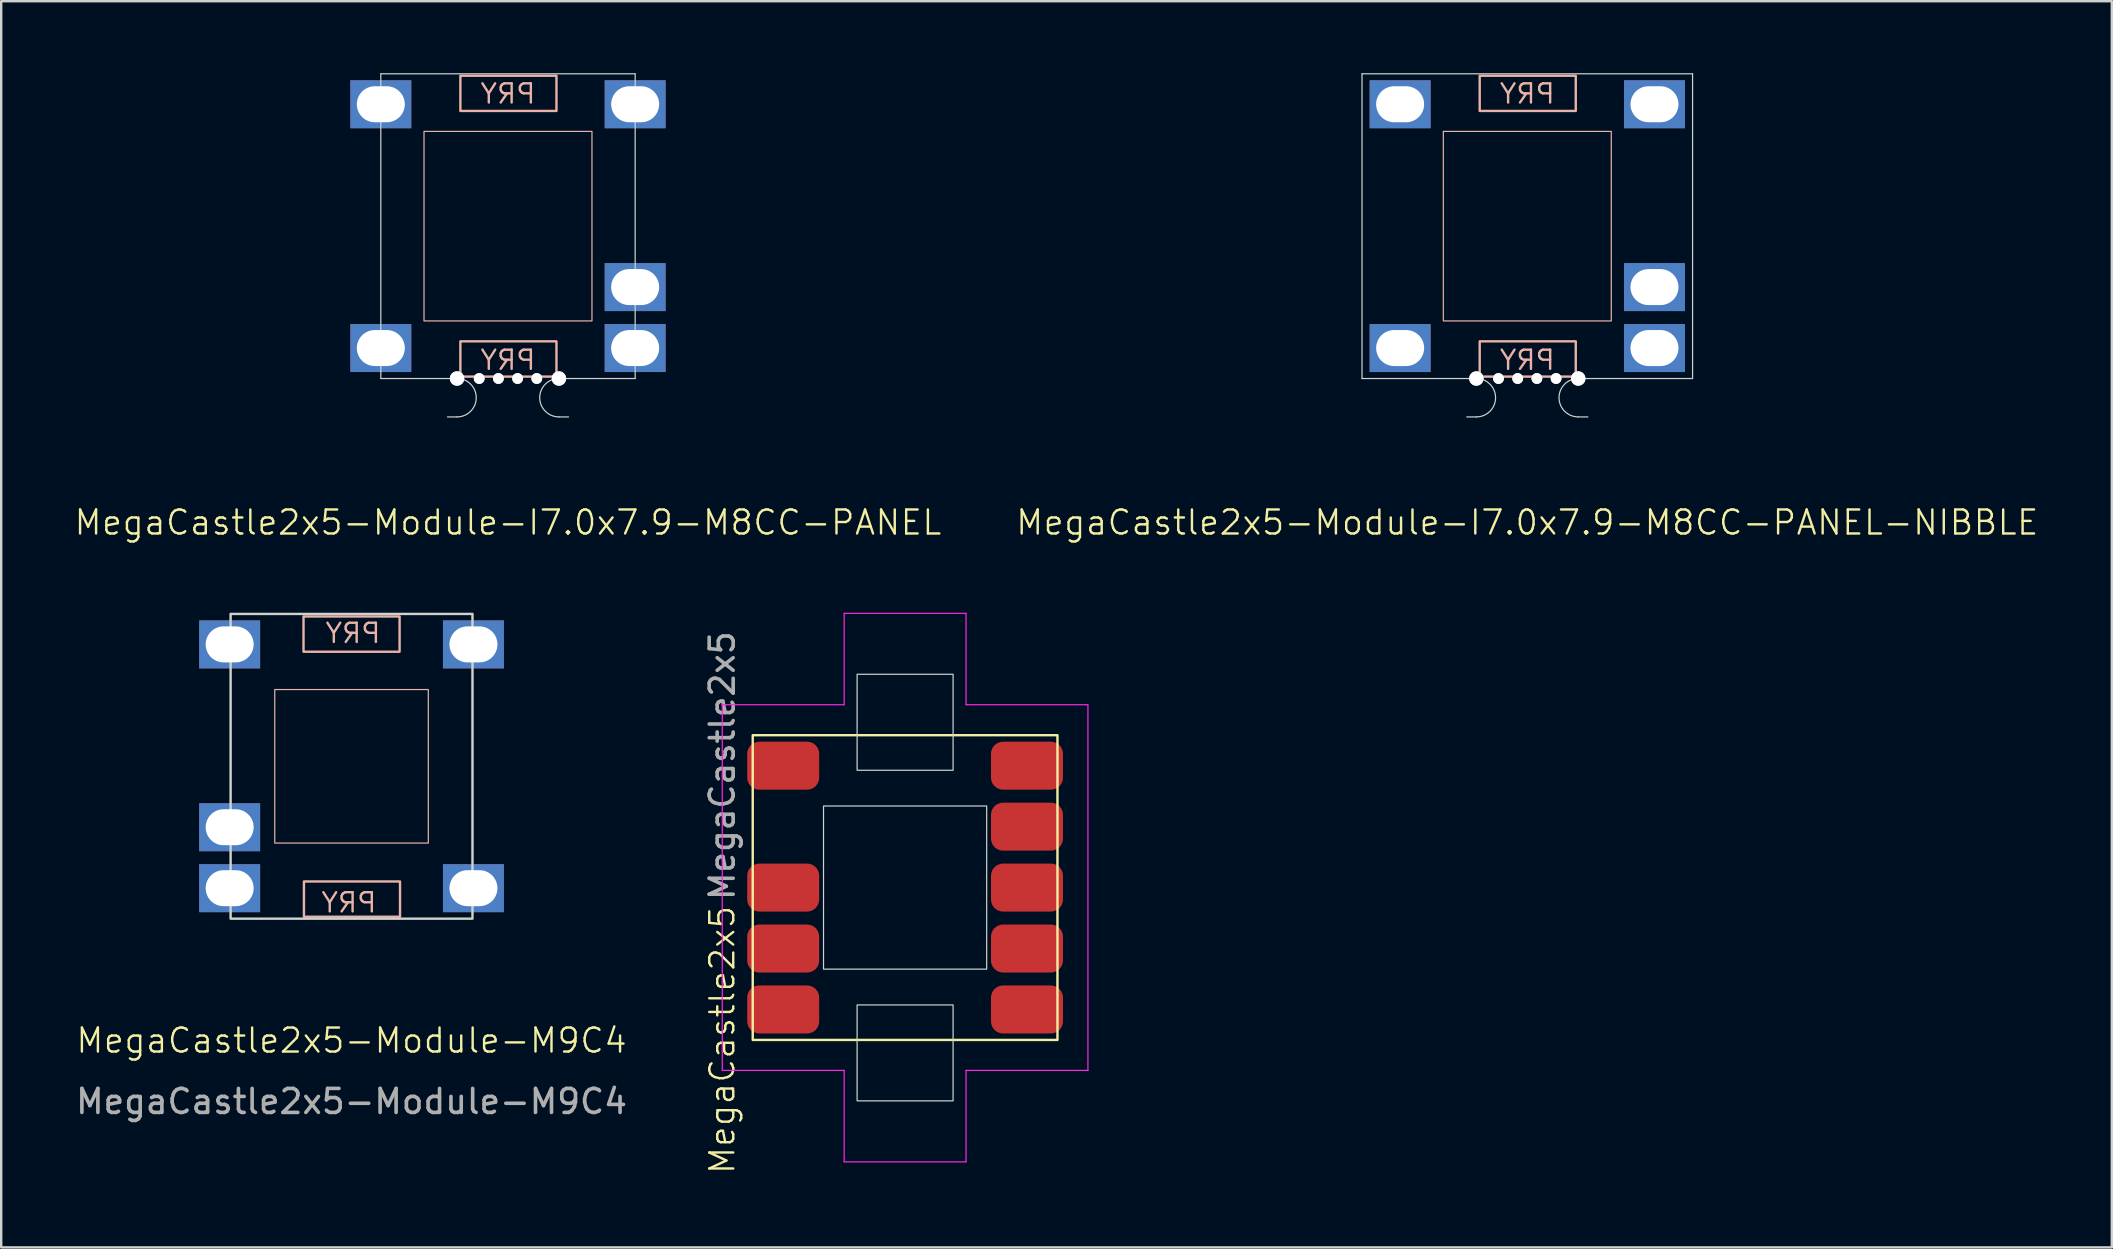
<source format=kicad_pcb>
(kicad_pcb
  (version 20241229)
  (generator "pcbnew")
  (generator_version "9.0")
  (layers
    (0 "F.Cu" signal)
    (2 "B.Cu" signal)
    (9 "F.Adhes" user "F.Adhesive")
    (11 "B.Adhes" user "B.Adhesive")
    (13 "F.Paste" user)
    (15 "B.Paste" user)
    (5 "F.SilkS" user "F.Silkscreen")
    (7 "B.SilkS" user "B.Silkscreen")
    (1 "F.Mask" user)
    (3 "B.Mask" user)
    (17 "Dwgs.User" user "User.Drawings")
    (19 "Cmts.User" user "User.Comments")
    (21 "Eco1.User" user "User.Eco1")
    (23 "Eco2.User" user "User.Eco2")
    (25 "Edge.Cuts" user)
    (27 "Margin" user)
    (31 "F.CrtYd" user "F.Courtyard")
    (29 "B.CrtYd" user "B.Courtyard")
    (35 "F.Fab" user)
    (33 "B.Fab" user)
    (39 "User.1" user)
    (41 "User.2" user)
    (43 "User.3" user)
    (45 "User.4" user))
  (footprint "MegaCastle2x5-Module-I7.0x7.9-M8CC-PANEL"
    (layer "F.Cu")
    (at 18.121 6.375)
    (property "Reference" "MegaCastle2x5-Module-I7.0x7.9-M8CC-PANEL" (at 0 12.35 0) (unlocked yes) (layer "F.SilkS") (effects (font (size 1 1) (thickness 0.1))))
    (attr smd)
    (fp_rect (start -3.5 3.95) (end 3.5 -3.95) (stroke (width 0.05) (type default)) (fill no) (layer "B.SilkS"))
    (fp_rect (start -1.984 -4.801) (end 2.02 -6.27) (stroke (width 0.1) (type default)) (fill no) (layer "B.SilkS"))
    (fp_rect (start -1.984 4.801) (end 2.02 6.27) (stroke (width 0.1) (type default)) (fill no) (layer "B.SilkS"))
    (fp_line (start -5.3 -6.35) (end -5.3 6.35) (stroke (width 0.05) (type default)) (layer "Edge.Cuts"))
    (fp_line (start -5.3 -6.35) (end 5.3 -6.35) (stroke (width 0.05) (type default)) (layer "Edge.Cuts"))
    (fp_line (start -5.3 6.35) (end -2.522 6.35) (stroke (width 0.05) (type default)) (layer "Edge.Cuts"))
    (fp_line (start -2.522 6.35) (end -2.123 6.35) (stroke (width 0.05) (type default)) (layer "Edge.Cuts"))
    (fp_line (start -2.522 7.95) (end -2.123 7.95) (stroke (width 0.05) (type default)) (layer "Edge.Cuts"))
    (fp_line (start 2.522 6.35) (end 2.123 6.35) (stroke (width 0.05) (type default)) (layer "Edge.Cuts"))
    (fp_line (start 2.522 6.35) (end 5.3 6.35) (stroke (width 0.05) (type default)) (layer "Edge.Cuts"))
    (fp_line (start 2.522 7.95) (end 2.123 7.95) (stroke (width 0.05) (type default)) (layer "Edge.Cuts"))
    (fp_line (start 5.3 -6.35) (end 5.3 6.35) (stroke (width 0.05) (type default)) (layer "Edge.Cuts"))
    (fp_arc (start -2.1225 6.35) (mid -1.3225 7.15) (end -2.1225 7.95) (stroke (width 0.05) (type default)) (layer "Edge.Cuts"))
    (fp_arc (start 2.1225 7.95) (mid 1.3225 7.15) (end 2.1225 6.35) (stroke (width 0.05) (type default)) (layer "Edge.Cuts"))
    (fp_text user "PRY" (at 0 6.05 0) (unlocked yes) (layer "B.SilkS") (effects (font (size 0.8 0.8) (thickness 0.1)) (justify bottom mirror)))
    (fp_text user "PRY" (at 0 -5.05 0) (unlocked yes) (layer "B.SilkS") (effects (font (size 0.8 0.8) (thickness 0.1)) (justify bottom mirror)))
    (pad "" np_thru_hole circle (at -2.123 6.35) (size 0.6 0.6) (drill 0.6) (layers "*.Cu" "Edge.Cuts"))
    (pad "" np_thru_hole circle (at -1.2 6.35) (size 0.45 0.45) (drill 0.45) (layers "*.Cu" "Edge.Cuts"))
    (pad "" np_thru_hole circle (at -0.4 6.35) (size 0.45 0.45) (drill 0.45) (layers "*.Cu" "Edge.Cuts"))
    (pad "" np_thru_hole circle (at 0.4 6.35) (size 0.45 0.45) (drill 0.45) (layers "*.Cu" "Edge.Cuts"))
    (pad "" np_thru_hole circle (at 1.2 6.35) (size 0.45 0.45) (drill 0.45) (layers "*.Cu" "Edge.Cuts"))
    (pad "" np_thru_hole circle (at 2.123 6.35) (size 0.6 0.6) (drill 0.6) (layers "*.Cu" "Edge.Cuts"))
    (pad "1" thru_hole rect (at -5.3 -5.08) (size 2.54 2) (drill oval 2 1.5) (property pad_prop_castellated) (layers "*.Cu" "*.Mask"))
    (pad "5" thru_hole rect (at -5.3 5.08) (size 2.54 2) (drill oval 2 1.5) (property pad_prop_castellated) (layers "*.Cu" "*.Mask"))
    (pad "6" thru_hole rect (at 5.3 -5.08) (size 2.54 2) (drill oval 2 1.5) (property pad_prop_castellated) (layers "*.Cu" "*.Mask"))
    (pad "9" thru_hole rect (at 5.3 2.54) (size 2.54 2) (drill oval 2 1.5) (property pad_prop_castellated) (layers "*.Cu" "*.Mask"))
    (pad "10" thru_hole rect (at 5.3 5.08) (size 2.54 2) (drill oval 2 1.5) (property pad_prop_castellated) (layers "*.Cu" "*.Mask"))
    (zone (net_name "") (layer "B.Cu") (hatch edge 0.5) (connect_pads) (min_thickness 0.25) (filled_areas_thickness no) (keepout (tracks allowed) (vias allowed) (pads allowed) (copperpour allowed) (footprints not_allowed)) (placement (enabled no)) (fill) (polygon (pts (xy 12.821 12.725) (xy 12.821 0.025) (xy 14.621 0.025) (xy 14.621 12.725))))
    (zone (net_name "") (layer "B.Cu") (hatch edge 0.5) (connect_pads) (min_thickness 0.25) (filled_areas_thickness no) (keepout (tracks allowed) (vias allowed) (pads allowed) (copperpour allowed) (footprints not_allowed)) (placement (enabled no)) (fill) (polygon (pts (xy 14.621 0.025) (xy 14.621 2.425) (xy 21.621 2.425) (xy 21.621 0.025))))
    (zone (net_name "") (layer "B.Cu") (hatch edge 0.5) (connect_pads) (min_thickness 0.25) (filled_areas_thickness no) (keepout (tracks allowed) (vias allowed) (pads allowed) (copperpour allowed) (footprints not_allowed)) (placement (enabled no)) (fill) (polygon (pts (xy 14.621 12.725) (xy 14.621 10.325) (xy 21.621 10.325) (xy 21.621 12.725))))
    (zone (net_name "") (layer "B.Cu") (name "Upper Pry Zone") (hatch edge 0.5) (connect_pads) (min_thickness 0.25) (filled_areas_thickness no) (keepout (tracks not_allowed) (vias not_allowed) (pads not_allowed) (copperpour allowed) (footprints not_allowed)) (placement (enabled no)) (fill) (polygon (pts (xy 16.137 1.574) (xy 16.137 0.105) (xy 20.141 0.105) (xy 20.141 1.574))))
    (zone (net_name "") (layer "B.Cu") (name "Upper Pry Zone") (hatch edge 0.5) (connect_pads) (min_thickness 0.25) (filled_areas_thickness no) (keepout (tracks not_allowed) (vias not_allowed) (pads not_allowed) (copperpour allowed) (footprints not_allowed)) (placement (enabled no)) (fill) (polygon (pts (xy 16.137 11.176) (xy 16.137 12.645) (xy 20.141 12.645) (xy 20.141 11.176))))
    (zone (net_name "") (layer "B.Cu") (hatch edge 0.5) (connect_pads) (min_thickness 0.25) (filled_areas_thickness no) (keepout (tracks allowed) (vias allowed) (pads allowed) (copperpour allowed) (footprints not_allowed)) (placement (enabled no)) (fill) (polygon (pts (xy 23.421 12.725) (xy 23.421 0.025) (xy 21.621 0.025) (xy 21.621 12.725)))))
  (footprint "MegaCastle2x5-Module-M9C4"
    (layer "F.Cu")
    (at 11.601 28.886)
    (property "Reference" "MegaCastle2x5-Module-M9C4" (at 0 11.43 0) (unlocked yes) (layer "F.SilkS") (effects (font (size 1 1) (thickness 0.1))))
    (attr smd)
    (fp_rect (start -3.2 3.2) (end 3.2 -3.2) (stroke (width 0.05) (type default)) (fill no) (layer "B.SilkS"))
    (fp_rect (start -2.002 -6.244) (end 2.002 -4.775) (stroke (width 0.1) (type default)) (fill no) (layer "B.SilkS"))
    (fp_rect (start -1.984 4.8) (end 2.02 6.269) (stroke (width 0.1) (type default)) (fill no) (layer "B.SilkS"))
    (fp_rect (start -5.04 -6.35) (end 5.04 6.35) (stroke (width 0.1) (type default)) (fill no) (layer "Edge.Cuts"))
    (fp_text user "PRY" (at 1.1 6.15 0) (unlocked yes) (layer "B.SilkS") (effects (font (size 0.8 0.8) (thickness 0.1)) (justify left bottom mirror)))
    (fp_text user "PRY" (at 1.27 -5.08 0) (unlocked yes) (layer "B.SilkS") (effects (font (size 0.8 0.8) (thickness 0.1)) (justify left bottom mirror)))
    (fp_text user "${REFERENCE}" (at 0 13.97 0) (unlocked yes) (layer "F.Fab") (effects (font (size 1 1) (thickness 0.15))))
    (pad "1" thru_hole rect (at -5.08 -5.08) (size 2.54 2) (drill oval 2 1.5) (property pad_prop_castellated) (layers "*.Cu" "*.Mask"))
    (pad "4" thru_hole rect (at -5.08 2.54) (size 2.54 2) (drill oval 2 1.5) (property pad_prop_castellated) (layers "*.Cu" "*.Mask"))
    (pad "5" thru_hole rect (at -5.08 5.08) (size 2.54 2) (drill oval 2 1.5) (property pad_prop_castellated) (layers "*.Cu" "*.Mask"))
    (pad "6" thru_hole rect (at 5.08 -5.08) (size 2.54 2) (drill oval 2 1.5) (property pad_prop_castellated) (layers "*.Cu" "*.Mask"))
    (pad "10" thru_hole rect (at 5.08 5.08) (size 2.54 2) (drill oval 2 1.5) (property pad_prop_castellated) (layers "*.Cu" "*.Mask"))
    (zone (net_name "") (layer "B.Cu") (hatch edge 0.5) (connect_pads) (min_thickness 0.25) (filled_areas_thickness no) (keepout (tracks allowed) (vias allowed) (pads allowed) (copperpour allowed) (footprints not_allowed)) (placement (enabled no)) (fill) (polygon (pts (xy 6.474 32.341) (xy 6.484 25.479) (xy 8.219 25.479) (xy 8.205 32.341))))
    (zone (net_name "") (layer "B.Cu") (name "Upper Pry Zone") (hatch edge 0.5) (connect_pads) (min_thickness 0.25) (filled_areas_thickness no) (keepout (tracks not_allowed) (vias not_allowed) (pads not_allowed) (copperpour allowed) (footprints not_allowed)) (placement (enabled no)) (fill) (polygon (pts (xy 9.603 23.994) (xy 9.6 22.53) (xy 13.606 22.536) (xy 13.593 23.997))))
    (zone (net_name "") (layer "B.Cu") (name "Lower Pry Zone") (hatch edge 0.5) (connect_pads) (min_thickness 0.25) (filled_areas_thickness no) (keepout (tracks not_allowed) (vias not_allowed) (pads not_allowed) (copperpour allowed) (footprints not_allowed)) (placement (enabled no)) (fill) (polygon (pts (xy 9.629 35.232) (xy 9.625 33.768) (xy 13.631 33.774) (xy 13.619 35.235))))
    (zone (net_name "") (layer "B.Cu") (hatch edge 0.5) (connect_pads) (min_thickness 0.25) (filled_areas_thickness no) (keepout (tracks allowed) (vias allowed) (pads allowed) (copperpour allowed) (footprints not_allowed)) (placement (enabled no)) (fill) (polygon (pts (xy 16.711 32.3) (xy 16.743 25.501) (xy 15.017 25.488) (xy 15.007 32.31))))
    (zone (net_name "") (layer "B.Cu") (hatch edge 0.5) (connect_pads) (min_thickness 0.25) (filled_areas_thickness no) (keepout (tracks allowed) (vias allowed) (pads allowed) (copperpour allowed) (footprints not_allowed)) (placement (enabled no)) (fill) (polygon (pts (xy 6.521 22.535) (xy 6.509 25.486) (xy 16.707 25.506) (xy 16.681 22.535) (xy 13.606 22.536) (xy 13.593 23.997) (xy 9.603 23.994) (xy 9.6 22.53))))
    (zone (net_name "") (layer "B.Cu") (hatch edge 0.5) (connect_pads) (min_thickness 0.25) (filled_areas_thickness no) (keepout (tracks allowed) (vias allowed) (pads allowed) (copperpour allowed) (footprints not_allowed)) (placement (enabled no)) (fill) (polygon (pts (xy 6.53 35.192) (xy 6.518 32.242) (xy 16.716 32.221) (xy 16.69 35.192) (xy 13.615 35.191) (xy 13.602 33.731) (xy 9.612 33.734) (xy 9.608 35.197)))))
  (footprint "MegaCastle2x5"
    (layer "F.Cu")
    (at 34.671 33.941)
    (property "Reference" "MegaCastle2x5" (at -7.62 6.35 90) (unlocked yes) (layer "F.SilkS") (effects (font (size 1 1) (thickness 0.1))))
    (attr smd)
    (fp_rect (start -6.35 -6.35) (end 6.35 6.35) (stroke (width 0.1) (type default)) (fill no) (layer "F.SilkS"))
    (fp_rect (start -3.4 3.4) (end 3.4 -3.4) (stroke (width 0.05) (type default)) (fill no) (layer "Edge.Cuts"))
    (fp_rect (start -2 -8.89) (end 2 -4.89) (stroke (width 0.05) (type default)) (fill no) (layer "Edge.Cuts"))
    (fp_rect (start -2 8.89) (end 2 4.89) (stroke (width 0.05) (type default)) (fill no) (layer "Edge.Cuts"))
    (fp_line (start -7.62 -7.62) (end -7.62 7.62) (stroke (width 0.05) (type default)) (layer "F.CrtYd"))
    (fp_line (start -7.62 7.62) (end -2.54 7.62) (stroke (width 0.05) (type default)) (layer "F.CrtYd"))
    (fp_line (start -2.54 -11.43) (end -2.54 -7.62) (stroke (width 0.05) (type default)) (layer "F.CrtYd"))
    (fp_line (start -2.54 -7.62) (end -7.62 -7.62) (stroke (width 0.05) (type default)) (layer "F.CrtYd"))
    (fp_line (start -2.54 7.62) (end -2.54 11.43) (stroke (width 0.05) (type default)) (layer "F.CrtYd"))
    (fp_line (start -2.54 11.43) (end 2.54 11.43) (stroke (width 0.05) (type default)) (layer "F.CrtYd"))
    (fp_line (start 2.54 -11.43) (end -2.54 -11.43) (stroke (width 0.05) (type default)) (layer "F.CrtYd"))
    (fp_line (start 2.54 -7.62) (end 2.54 -11.43) (stroke (width 0.05) (type default)) (layer "F.CrtYd"))
    (fp_line (start 2.54 7.62) (end 7.62 7.62) (stroke (width 0.05) (type default)) (layer "F.CrtYd"))
    (fp_line (start 2.54 11.43) (end 2.54 7.62) (stroke (width 0.05) (type default)) (layer "F.CrtYd"))
    (fp_line (start 7.62 -7.62) (end 2.54 -7.62) (stroke (width 0.05) (type default)) (layer "F.CrtYd"))
    (fp_line (start 7.62 7.62) (end 7.62 -7.62) (stroke (width 0.05) (type default)) (layer "F.CrtYd"))
    (fp_text user "${REFERENCE}" (at -7.62 -5.08 90) (unlocked yes) (layer "F.Fab") (effects (font (size 1 1) (thickness 0.15))))
    (pad "1" smd roundrect (at -5.08 -5.08) (size 3 2) (layers "F.Cu" "F.Mask" "F.Paste") (roundrect_rratio 0.25))
    (pad "3" smd roundrect (at -5.08 0) (size 3 2) (layers "F.Cu" "F.Mask" "F.Paste") (roundrect_rratio 0.25))
    (pad "4" smd roundrect (at -5.08 2.54) (size 3 2) (layers "F.Cu" "F.Mask" "F.Paste") (roundrect_rratio 0.25))
    (pad "5" smd roundrect (at -5.08 5.08) (size 3 2) (layers "F.Cu" "F.Mask" "F.Paste") (roundrect_rratio 0.25))
    (pad "6" smd roundrect (at 5.08 -5.08) (size 3 2) (layers "F.Cu" "F.Mask" "F.Paste") (roundrect_rratio 0.25))
    (pad "7" smd roundrect (at 5.08 -2.54) (size 3 2) (layers "F.Cu" "F.Mask" "F.Paste") (roundrect_rratio 0.25))
    (pad "8" smd roundrect (at 5.08 0) (size 3 2) (layers "F.Cu" "F.Mask" "F.Paste") (roundrect_rratio 0.25))
    (pad "9" smd roundrect (at 5.08 2.54) (size 3 2) (layers "F.Cu" "F.Mask" "F.Paste") (roundrect_rratio 0.25))
    (pad "10" smd roundrect (at 5.08 5.08) (size 3 2) (layers "F.Cu" "F.Mask" "F.Paste") (roundrect_rratio 0.25)))
  (footprint "MegaCastle2x5-Module-I7.0x7.9-M8CC-PANEL-NIBBLE"
    (layer "F.Cu")
    (at 60.602 6.375)
    (property "Reference" "MegaCastle2x5-Module-I7.0x7.9-M8CC-PANEL-NIBBLE" (at 0 12.35 0) (unlocked yes) (layer "F.SilkS") (effects (font (size 1 1) (thickness 0.1))))
    (attr smd)
    (fp_rect (start -3.5 3.95) (end 3.5 -3.95) (stroke (width 0.05) (type default)) (fill no) (layer "B.SilkS"))
    (fp_rect (start -1.984 -4.801) (end 2.02 -6.27) (stroke (width 0.1) (type default)) (fill no) (layer "B.SilkS"))
    (fp_rect (start -1.984 4.801) (end 2.02 6.27) (stroke (width 0.1) (type default)) (fill no) (layer "B.SilkS"))
    (fp_line (start -6.888 -6.35) (end -6.888 6.35) (stroke (width 0.05) (type default)) (layer "Edge.Cuts"))
    (fp_line (start -6.888 -6.35) (end 6.888 -6.35) (stroke (width 0.05) (type default)) (layer "Edge.Cuts"))
    (fp_line (start -6.888 6.35) (end -2.522 6.35) (stroke (width 0.05) (type default)) (layer "Edge.Cuts"))
    (fp_line (start -2.522 6.35) (end -2.123 6.35) (stroke (width 0.05) (type default)) (layer "Edge.Cuts"))
    (fp_line (start -2.522 7.95) (end -2.123 7.95) (stroke (width 0.05) (type default)) (layer "Edge.Cuts"))
    (fp_line (start 2.522 6.35) (end 2.123 6.35) (stroke (width 0.05) (type default)) (layer "Edge.Cuts"))
    (fp_line (start 2.522 6.35) (end 6.888 6.35) (stroke (width 0.05) (type default)) (layer "Edge.Cuts"))
    (fp_line (start 2.522 7.95) (end 2.123 7.95) (stroke (width 0.05) (type default)) (layer "Edge.Cuts"))
    (fp_line (start 6.888 -6.35) (end 6.888 6.35) (stroke (width 0.05) (type default)) (layer "Edge.Cuts"))
    (fp_arc (start -2.1225 6.35) (mid -1.3225 7.15) (end -2.1225 7.95) (stroke (width 0.05) (type default)) (layer "Edge.Cuts"))
    (fp_arc (start 2.1225 7.95) (mid 1.3225 7.15) (end 2.1225 6.35) (stroke (width 0.05) (type default)) (layer "Edge.Cuts"))
    (fp_text user "PRY" (at 0 6.05 0) (unlocked yes) (layer "B.SilkS") (effects (font (size 0.8 0.8) (thickness 0.1)) (justify bottom mirror)))
    (fp_text user "PRY" (at 0 -5.05 0) (unlocked yes) (layer "B.SilkS") (effects (font (size 0.8 0.8) (thickness 0.1)) (justify bottom mirror)))
    (pad "" np_thru_hole circle (at -2.123 6.35) (size 0.6 0.6) (drill 0.6) (layers "*.Cu" "Edge.Cuts"))
    (pad "" np_thru_hole circle (at -1.2 6.35) (size 0.45 0.45) (drill 0.45) (layers "*.Cu" "Edge.Cuts"))
    (pad "" np_thru_hole circle (at -0.4 6.35) (size 0.45 0.45) (drill 0.45) (layers "*.Cu" "Edge.Cuts"))
    (pad "" np_thru_hole circle (at 0.4 6.35) (size 0.45 0.45) (drill 0.45) (layers "*.Cu" "Edge.Cuts"))
    (pad "" np_thru_hole circle (at 1.2 6.35) (size 0.45 0.45) (drill 0.45) (layers "*.Cu" "Edge.Cuts"))
    (pad "" np_thru_hole circle (at 2.123 6.35) (size 0.6 0.6) (drill 0.6) (layers "*.Cu" "Edge.Cuts"))
    (pad "1" thru_hole rect (at -5.3 -5.08) (size 2.54 2) (drill oval 2 1.5) (property pad_prop_castellated) (layers "*.Cu" "*.Mask"))
    (pad "5" thru_hole rect (at -5.3 5.08) (size 2.54 2) (drill oval 2 1.5) (property pad_prop_castellated) (layers "*.Cu" "*.Mask"))
    (pad "6" thru_hole rect (at 5.3 -5.08) (size 2.54 2) (drill oval 2 1.5) (property pad_prop_castellated) (layers "*.Cu" "*.Mask"))
    (pad "9" thru_hole rect (at 5.3 2.54) (size 2.54 2) (drill oval 2 1.5) (property pad_prop_castellated) (layers "*.Cu" "*.Mask"))
    (pad "10" thru_hole rect (at 5.3 5.08) (size 2.54 2) (drill oval 2 1.5) (property pad_prop_castellated) (layers "*.Cu" "*.Mask"))
    (zone (net_name "") (layer "B.Cu") (hatch edge 0.5) (connect_pads) (min_thickness 0.25) (filled_areas_thickness no) (keepout (tracks allowed) (vias allowed) (pads allowed) (copperpour allowed) (footprints not_allowed)) (placement (enabled no)) (fill) (polygon (pts (xy 55.302 12.725) (xy 55.302 0.025) (xy 57.102 0.025) (xy 57.102 12.725))))
    (zone (net_name "") (layer "B.Cu") (hatch edge 0.5) (connect_pads) (min_thickness 0.25) (filled_areas_thickness no) (keepout (tracks allowed) (vias allowed) (pads allowed) (copperpour allowed) (footprints not_allowed)) (placement (enabled no)) (fill) (polygon (pts (xy 57.102 0.025) (xy 57.102 2.425) (xy 64.102 2.425) (xy 64.102 0.025))))
    (zone (net_name "") (layer "B.Cu") (hatch edge 0.5) (connect_pads) (min_thickness 0.25) (filled_areas_thickness no) (keepout (tracks allowed) (vias allowed) (pads allowed) (copperpour allowed) (footprints not_allowed)) (placement (enabled no)) (fill) (polygon (pts (xy 57.102 12.725) (xy 57.102 10.325) (xy 64.102 10.325) (xy 64.102 12.725))))
    (zone (net_name "") (layer "B.Cu") (name "Upper Pry Zone") (hatch edge 0.5) (connect_pads) (min_thickness 0.25) (filled_areas_thickness no) (keepout (tracks not_allowed) (vias not_allowed) (pads not_allowed) (copperpour allowed) (footprints not_allowed)) (placement (enabled no)) (fill) (polygon (pts (xy 58.618 1.574) (xy 58.618 0.105) (xy 62.622 0.105) (xy 62.622 1.574))))
    (zone (net_name "") (layer "B.Cu") (name "Upper Pry Zone") (hatch edge 0.5) (connect_pads) (min_thickness 0.25) (filled_areas_thickness no) (keepout (tracks not_allowed) (vias not_allowed) (pads not_allowed) (copperpour allowed) (footprints not_allowed)) (placement (enabled no)) (fill) (polygon (pts (xy 58.618 11.176) (xy 58.618 12.645) (xy 62.622 12.645) (xy 62.622 11.176))))
    (zone (net_name "") (layer "B.Cu") (hatch edge 0.5) (connect_pads) (min_thickness 0.25) (filled_areas_thickness no) (keepout (tracks allowed) (vias allowed) (pads allowed) (copperpour allowed) (footprints not_allowed)) (placement (enabled no)) (fill) (polygon (pts (xy 65.902 12.725) (xy 65.902 0.025) (xy 64.102 0.025) (xy 64.102 12.725)))))
  (gr_rect
    (start -3 -3)
    (end 84.962 48.936)
    (stroke (width 0.1) (type default))
    (fill no)
    (layer "Edge.Cuts")))
</source>
